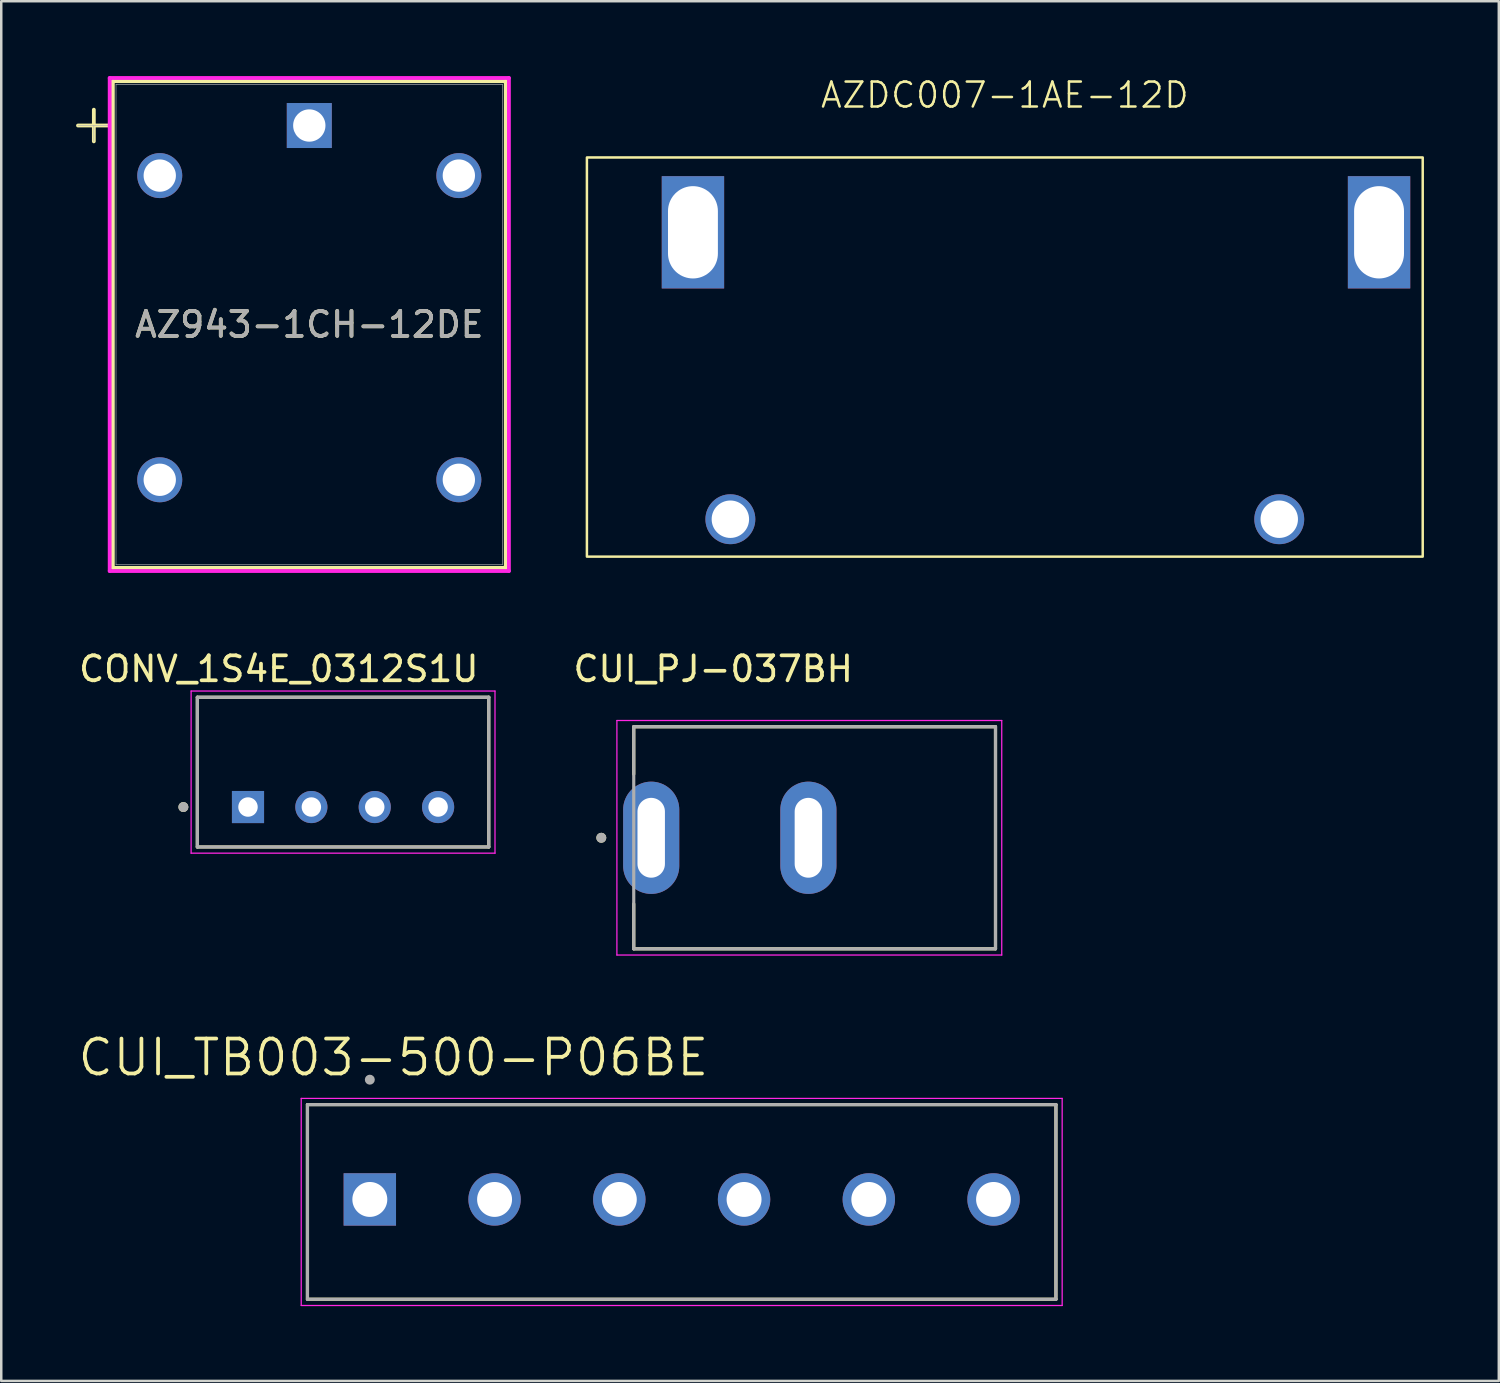
<source format=kicad_pcb>
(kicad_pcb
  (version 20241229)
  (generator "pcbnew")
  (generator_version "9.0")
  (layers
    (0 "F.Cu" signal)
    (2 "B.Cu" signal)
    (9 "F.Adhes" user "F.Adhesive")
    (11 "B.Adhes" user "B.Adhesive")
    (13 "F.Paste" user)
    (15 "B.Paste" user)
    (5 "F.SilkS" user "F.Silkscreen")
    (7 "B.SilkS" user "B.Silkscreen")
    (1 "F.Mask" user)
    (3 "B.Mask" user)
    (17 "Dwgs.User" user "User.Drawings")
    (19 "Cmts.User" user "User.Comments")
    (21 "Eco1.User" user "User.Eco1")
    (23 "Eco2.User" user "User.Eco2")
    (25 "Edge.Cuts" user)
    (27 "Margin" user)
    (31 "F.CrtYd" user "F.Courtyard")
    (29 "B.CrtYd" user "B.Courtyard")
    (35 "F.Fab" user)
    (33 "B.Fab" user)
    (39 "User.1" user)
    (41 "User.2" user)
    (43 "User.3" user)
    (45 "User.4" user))
  (footprint "CUI_PJ-037BH"
    (layer "F.Cu")
    (at 23.051 30.529)
    (property "Reference" "CUI_PJ-037BH" (at 2.486 -6.767 0) (layer "F.SilkS") (effects (font (size 1 1) (thickness 0.15))))
    (attr through_hole)
    (fp_line (start -0.7 -4.45) (end 13.8 -4.45) (stroke (width 0.127) (type solid)) (layer "F.SilkS"))
    (fp_line (start -0.7 -2.55) (end -0.7 -4.45) (stroke (width 0.127) (type solid)) (layer "F.SilkS"))
    (fp_line (start -0.7 4.45) (end -0.7 2.65) (stroke (width 0.127) (type solid)) (layer "F.SilkS"))
    (fp_line (start 13.8 -4.45) (end 13.8 4.45) (stroke (width 0.127) (type solid)) (layer "F.SilkS"))
    (fp_line (start 13.8 4.45) (end -0.7 4.45) (stroke (width 0.127) (type solid)) (layer "F.SilkS"))
    (fp_circle (center -2 0) (end -1.9 0) (stroke (width 0.2) (type solid)) (fill no) (layer "F.SilkS"))
    (fp_line (start -1.375 -4.7) (end -1.375 4.7) (stroke (width 0.05) (type solid)) (layer "F.CrtYd"))
    (fp_line (start -1.375 -4.7) (end 14.05 -4.7) (stroke (width 0.05) (type solid)) (layer "F.CrtYd"))
    (fp_line (start 14.05 -4.7) (end 14.05 4.7) (stroke (width 0.05) (type solid)) (layer "F.CrtYd"))
    (fp_line (start 14.05 4.7) (end -1.375 4.7) (stroke (width 0.05) (type solid)) (layer "F.CrtYd"))
    (fp_line (start -0.7 -4.45) (end 13.8 -4.45) (stroke (width 0.127) (type solid)) (layer "F.Fab"))
    (fp_line (start -0.7 4.45) (end -0.7 -4.45) (stroke (width 0.127) (type solid)) (layer "F.Fab"))
    (fp_line (start 13.8 -4.45) (end 13.8 4.45) (stroke (width 0.127) (type solid)) (layer "F.Fab"))
    (fp_line (start 13.8 4.45) (end -0.7 4.45) (stroke (width 0.127) (type solid)) (layer "F.Fab"))
    (fp_circle (center -2 0) (end -1.9 0) (stroke (width 0.2) (type solid)) (fill no) (layer "F.Fab"))
    (pad "1" thru_hole oval (at 0 0) (size 2.25 4.5) (drill oval 1.1 3.2) (layers "*.Cu" "*.Mask"))
    (pad "2" thru_hole oval (at 6.3 0) (size 2.25 4.5) (drill oval 1.1 3.2) (layers "*.Cu" "*.Mask")))
  (footprint "CONV_1S4E_0312S1U"
    (layer "F.Cu")
    (at 10.7 27.897)
    (property "Reference" "CONV_1S4E_0312S1U" (at -2.575 -4.135 0) (layer "F.SilkS") (effects (font (size 1 1) (thickness 0.15))))
    (attr through_hole)
    (fp_line (start -5.84 -3) (end 5.84 -3) (stroke (width 0.127) (type solid)) (layer "F.SilkS"))
    (fp_line (start -5.84 3) (end -5.84 -3) (stroke (width 0.127) (type solid)) (layer "F.SilkS"))
    (fp_line (start 5.84 -3) (end 5.84 3) (stroke (width 0.127) (type solid)) (layer "F.SilkS"))
    (fp_line (start 5.84 3) (end -5.84 3) (stroke (width 0.127) (type solid)) (layer "F.SilkS"))
    (fp_circle (center -6.4 1.4) (end -6.3 1.4) (stroke (width 0.2) (type solid)) (fill no) (layer "F.SilkS"))
    (fp_line (start -6.09 -3.25) (end 6.09 -3.25) (stroke (width 0.05) (type solid)) (layer "F.CrtYd"))
    (fp_line (start -6.09 3.25) (end -6.09 -3.25) (stroke (width 0.05) (type solid)) (layer "F.CrtYd"))
    (fp_line (start 6.09 -3.25) (end 6.09 3.25) (stroke (width 0.05) (type solid)) (layer "F.CrtYd"))
    (fp_line (start 6.09 3.25) (end -6.09 3.25) (stroke (width 0.05) (type solid)) (layer "F.CrtYd"))
    (fp_line (start -5.84 -3) (end 5.84 -3) (stroke (width 0.127) (type solid)) (layer "F.Fab"))
    (fp_line (start -5.84 3) (end -5.84 -3) (stroke (width 0.127) (type solid)) (layer "F.Fab"))
    (fp_line (start 5.84 -3) (end 5.84 3) (stroke (width 0.127) (type solid)) (layer "F.Fab"))
    (fp_line (start 5.84 3) (end -5.84 3) (stroke (width 0.127) (type solid)) (layer "F.Fab"))
    (fp_circle (center -6.4 1.4) (end -6.3 1.4) (stroke (width 0.2) (type solid)) (fill no) (layer "F.Fab"))
    (pad "1" thru_hole rect (at -3.81 1.4) (size 1.288 1.288) (drill 0.78) (layers "*.Cu" "*.Mask"))
    (pad "2" thru_hole circle (at -1.27 1.4) (size 1.288 1.288) (drill 0.78) (layers "*.Cu" "*.Mask"))
    (pad "3" thru_hole circle (at 1.27 1.4) (size 1.288 1.288) (drill 0.78) (layers "*.Cu" "*.Mask"))
    (pad "4" thru_hole circle (at 3.81 1.4) (size 1.288 1.288) (drill 0.78) (layers "*.Cu" "*.Mask")))
  (footprint "AZDC007-1AE-12D"
    (layer "F.Cu")
    (at 37.224 11.261)
    (property "Reference" "AZDC007-1AE-12D" (at 0 -10.5 0) (unlocked yes) (layer "F.SilkS") (effects (font (size 1 1) (thickness 0.1))))
    (attr through_hole)
    (fp_rect (start -16.75 -8) (end 16.75 8) (stroke (width 0.1) (type default)) (fill no) (layer "F.SilkS"))
    (pad "1" thru_hole circle (at -11 6.5) (size 2 2) (drill 1.5) (layers "*.Cu" "*.Mask"))
    (pad "2" thru_hole circle (at 11 6.5) (size 2 2) (drill 1.5) (layers "*.Cu" "*.Mask"))
    (pad "3" thru_hole rect (at 15 -5) (size 2.5 4.5) (drill oval 2 3.7) (layers "*.Cu" "*.Mask"))
    (pad "4" thru_hole rect (at -12.5 -5) (size 2.5 4.5) (drill oval 2 3.7) (layers "*.Cu" "*.Mask")))
  (footprint "AZ943-1CH-12DE"
    (layer "F.Cu")
    (at 9.347 1.981)
    (property "Reference" "AZ943-1CH-12DE" (at 0 7.976 0) (unlocked yes) (layer "F.SilkS") (effects (font (size 1 1) (thickness 0.15))))
    (attr through_hole)
    (fp_line (start -9.271 0) (end -8.001 0) (stroke (width 0.152) (type solid)) (layer "F.SilkS"))
    (fp_line (start -8.636 -0.635) (end -8.636 0.635) (stroke (width 0.152) (type solid)) (layer "F.SilkS"))
    (fp_line (start -7.874 -1.778) (end -7.874 17.729) (stroke (width 0.152) (type solid)) (layer "F.SilkS"))
    (fp_line (start 7.874 -1.778) (end -7.874 -1.778) (stroke (width 0.152) (type solid)) (layer "F.SilkS"))
    (fp_line (start 7.874 -1.778) (end 7.874 17.729) (stroke (width 0.152) (type solid)) (layer "F.SilkS"))
    (fp_line (start 7.874 17.729) (end -7.874 17.729) (stroke (width 0.152) (type solid)) (layer "F.SilkS"))
    (fp_line (start -8.001 -1.905) (end -8.001 17.856) (stroke (width 0.152) (type solid)) (layer "F.CrtYd"))
    (fp_line (start -8.001 17.856) (end 8.001 17.856) (stroke (width 0.152) (type solid)) (layer "F.CrtYd"))
    (fp_line (start 8.001 -1.905) (end -8.001 -1.905) (stroke (width 0.152) (type solid)) (layer "F.CrtYd"))
    (fp_line (start 8.001 17.856) (end 8.001 -1.905) (stroke (width 0.152) (type solid)) (layer "F.CrtYd"))
    (fp_line (start -9.271 0) (end -8.001 0) (stroke (width 0.025) (type solid)) (layer "F.Fab"))
    (fp_line (start -8.636 0) (end -8.636 0.635) (stroke (width 0.025) (type solid)) (layer "F.Fab"))
    (fp_line (start -7.747 -1.651) (end -7.747 17.602) (stroke (width 0.025) (type solid)) (layer "F.Fab"))
    (fp_line (start 7.747 -1.651) (end -7.747 -1.651) (stroke (width 0.025) (type solid)) (layer "F.Fab"))
    (fp_line (start 7.747 -1.651) (end 7.747 17.602) (stroke (width 0.025) (type solid)) (layer "F.Fab"))
    (fp_line (start 7.747 17.602) (end -7.747 17.602) (stroke (width 0.025) (type solid)) (layer "F.Fab"))
    (fp_text user "${REFERENCE}" (at 0 7.976 0) (unlocked yes) (layer "F.Fab") (effects (font (size 1 1) (thickness 0.15))))
    (pad "1" thru_hole rect (at 0 0) (size 1.803 1.803) (drill 1.295) (layers "*.Cu" "*.Mask"))
    (pad "2" thru_hole circle (at -5.994 2.007) (size 1.803 1.803) (drill 1.295) (layers "*.Cu" "*.Mask"))
    (pad "3" thru_hole circle (at -5.994 14.199) (size 1.803 1.803) (drill 1.295) (layers "*.Cu" "*.Mask"))
    (pad "4" thru_hole circle (at 5.994 14.199) (size 1.803 1.803) (drill 1.295) (layers "*.Cu" "*.Mask"))
    (pad "5" thru_hole circle (at 5.994 2.007) (size 1.803 1.803) (drill 1.295) (layers "*.Cu" "*.Mask")))
  (footprint "CUI_TB003-500-P06BE"
    (layer "F.Cu")
    (at 11.773 45.025)
    (property "Reference" "CUI_TB003-500-P06BE" (at 0.945 -5.689 0) (layer "F.SilkS") (effects (font (size 1.4 1.4) (thickness 0.15))))
    (attr through_hole)
    (fp_line (start -2.5 -3.8) (end 27.5 -3.8) (stroke (width 0.127) (type solid)) (layer "F.SilkS"))
    (fp_line (start -2.5 4) (end -2.5 -3.8) (stroke (width 0.127) (type solid)) (layer "F.SilkS"))
    (fp_line (start 27.5 -3.8) (end 27.5 4) (stroke (width 0.127) (type solid)) (layer "F.SilkS"))
    (fp_line (start 27.5 4) (end -2.5 4) (stroke (width 0.127) (type solid)) (layer "F.SilkS"))
    (fp_line (start -2.75 -4.05) (end 27.75 -4.05) (stroke (width 0.05) (type solid)) (layer "F.CrtYd"))
    (fp_line (start -2.75 4.25) (end -2.75 -4.05) (stroke (width 0.05) (type solid)) (layer "F.CrtYd"))
    (fp_line (start 27.75 -4.05) (end 27.75 4.25) (stroke (width 0.05) (type solid)) (layer "F.CrtYd"))
    (fp_line (start 27.75 4.25) (end -2.75 4.25) (stroke (width 0.05) (type solid)) (layer "F.CrtYd"))
    (fp_line (start -2.5 -3.8) (end 27.5 -3.8) (stroke (width 0.127) (type solid)) (layer "F.Fab"))
    (fp_line (start -2.5 4) (end -2.5 -3.8) (stroke (width 0.127) (type solid)) (layer "F.Fab"))
    (fp_line (start 27.5 -3.8) (end 27.5 4) (stroke (width 0.127) (type solid)) (layer "F.Fab"))
    (fp_line (start 27.5 4) (end -2.5 4) (stroke (width 0.127) (type solid)) (layer "F.Fab"))
    (fp_circle (center 0 -4.8) (end 0.1 -4.8) (stroke (width 0.2) (type solid)) (fill no) (layer "F.Fab"))
    (pad "1" thru_hole rect (at 0 0) (size 2.1 2.1) (drill 1.4) (layers "*.Cu" "*.Mask"))
    (pad "2" thru_hole circle (at 5 0) (size 2.1 2.1) (drill 1.4) (layers "*.Cu" "*.Mask"))
    (pad "3" thru_hole circle (at 10 0) (size 2.1 2.1) (drill 1.4) (layers "*.Cu" "*.Mask"))
    (pad "4" thru_hole circle (at 15 0) (size 2.1 2.1) (drill 1.4) (layers "*.Cu" "*.Mask"))
    (pad "5" thru_hole circle (at 20 0) (size 2.1 2.1) (drill 1.4) (layers "*.Cu" "*.Mask"))
    (pad "6" thru_hole circle (at 25 0) (size 2.1 2.1) (drill 1.4) (layers "*.Cu" "*.Mask")))
  (gr_rect
    (start -3 -3)
    (end 57.024 52.3)
    (stroke (width 0.1) (type default))
    (fill no)
    (layer "Edge.Cuts")))
</source>
